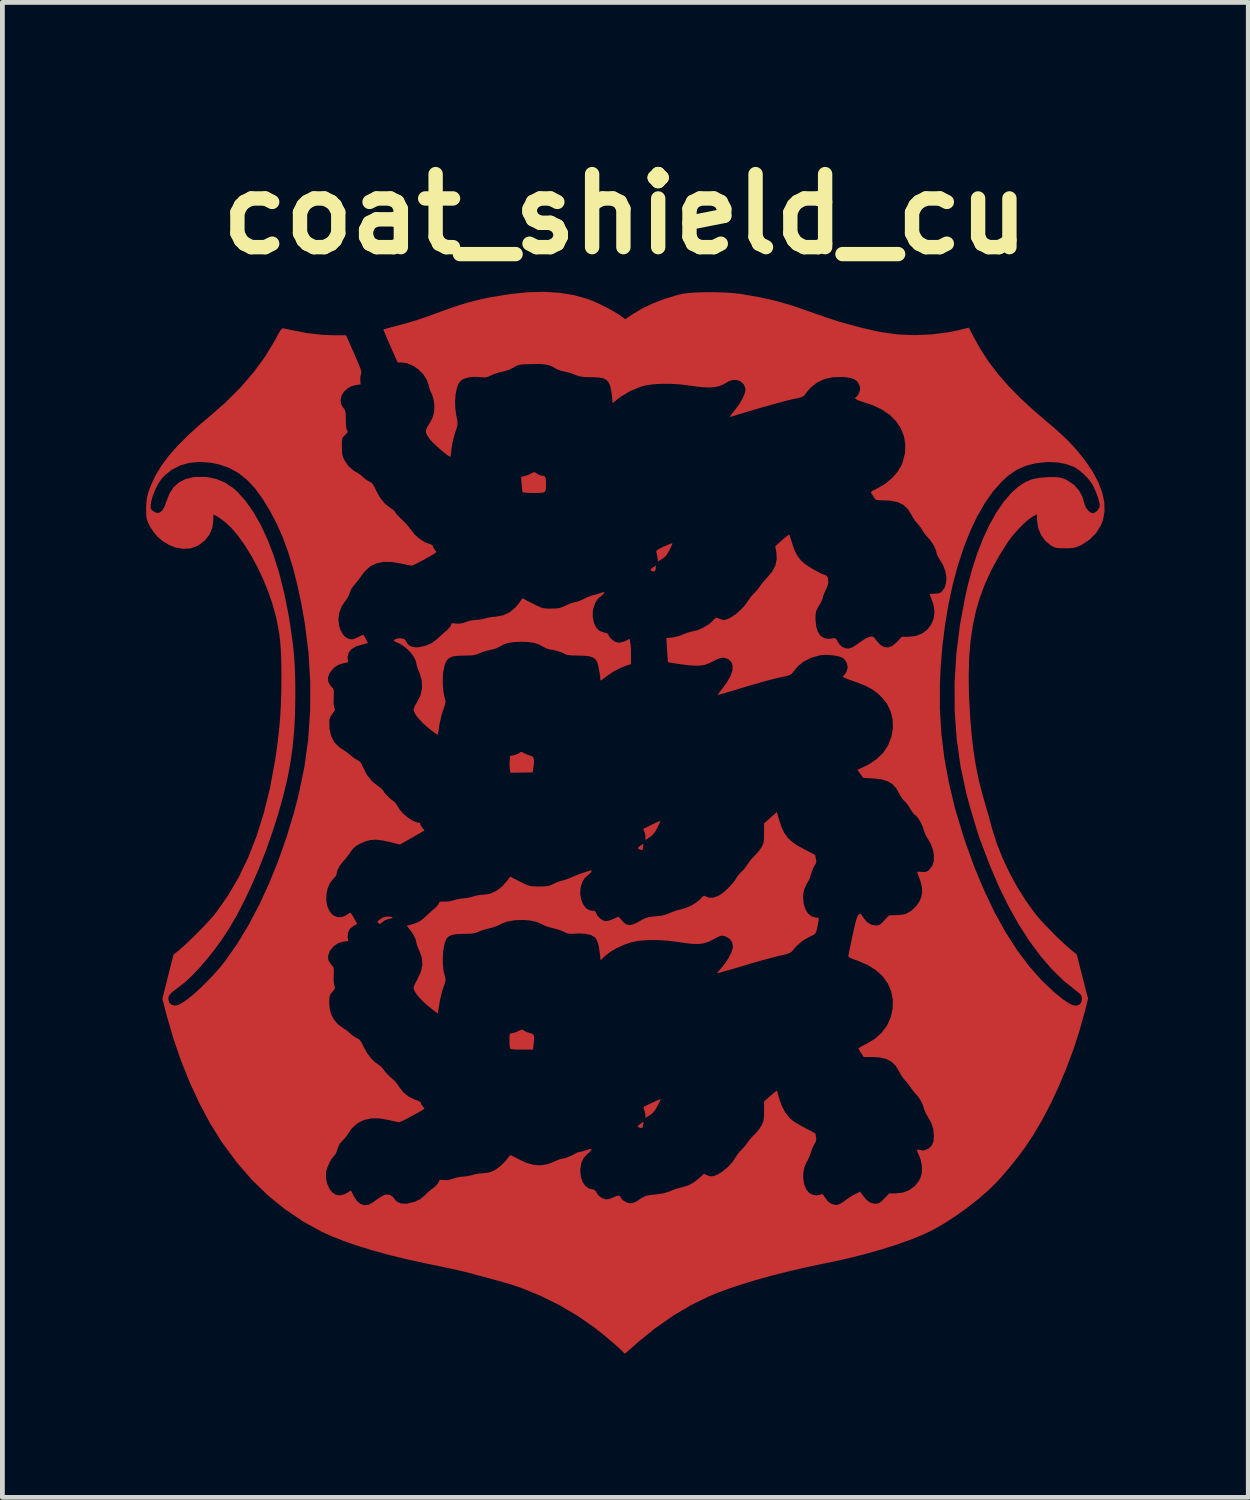
<source format=kicad_pcb>
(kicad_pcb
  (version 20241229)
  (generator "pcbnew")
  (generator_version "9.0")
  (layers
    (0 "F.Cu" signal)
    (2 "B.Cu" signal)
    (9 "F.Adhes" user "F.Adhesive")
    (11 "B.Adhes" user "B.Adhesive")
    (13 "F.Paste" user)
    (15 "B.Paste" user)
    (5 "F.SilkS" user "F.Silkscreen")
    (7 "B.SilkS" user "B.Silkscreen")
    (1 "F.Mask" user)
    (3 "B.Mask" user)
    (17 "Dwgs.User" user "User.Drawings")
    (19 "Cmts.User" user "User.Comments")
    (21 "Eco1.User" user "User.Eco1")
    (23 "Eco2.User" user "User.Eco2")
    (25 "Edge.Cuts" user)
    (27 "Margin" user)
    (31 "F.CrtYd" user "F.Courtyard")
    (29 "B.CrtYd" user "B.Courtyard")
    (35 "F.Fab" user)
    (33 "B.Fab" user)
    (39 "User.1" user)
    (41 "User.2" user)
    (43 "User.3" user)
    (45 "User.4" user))
  (footprint "coat_shield_cu"
    (layer "F.Cu")
    (at 9.996 14.118)
    (property "Reference" "coat_shield_cu" (at 0 -12.7 0) (layer "F.SilkS") (effects (font (size 1.524 1.524) (thickness 0.3))))
    (attr board_only exclude_from_pos_files exclude_from_bom)
    (fp_poly (pts (xy 0.64 -5.304) (xy 0.627 -5.255) (xy 0.592 -5.239) (xy 0.54 -5.259) (xy 0.54 -5.259) (xy 0.529 -5.277) (xy 0.55 -5.303) (xy 0.576 -5.322) (xy 0.64 -5.368)) (stroke (width 0) (type solid)) (fill yes) (layer "F.Cu"))
    (fp_poly (pts (xy 0.375 0.508) (xy 0.369 0.554) (xy 0.364 0.575) (xy 0.364 0.575) (xy 0.344 0.569) (xy 0.32 0.563) (xy 0.274 0.546) (xy 0.268 0.525) (xy 0.3 0.494) (xy 0.316 0.482) (xy 0.383 0.439)) (stroke (width 0) (type solid)) (fill yes) (layer "F.Cu"))
    (fp_poly (pts (xy 0.385 6.26) (xy 0.373 6.314) (xy 0.371 6.336) (xy 0.361 6.368) (xy 0.325 6.371) (xy 0.282 6.358) (xy 0.262 6.346) (xy 0.268 6.328) (xy 0.302 6.298) (xy 0.321 6.283) (xy 0.368 6.251) (xy 0.387 6.245)) (stroke (width 0) (type solid)) (fill yes) (layer "F.Cu"))
    (fp_poly (pts (xy -4.88 1.965) (xy -4.852 1.977) (xy -4.864 1.992) (xy -4.916 2.007) (xy -4.933 2.01) (xy -5.009 2.034) (xy -5.064 2.074) (xy -5.099 2.106) (xy -5.126 2.11) (xy -5.148 2.097) (xy -5.168 2.078) (xy -5.165 2.059) (xy -5.133 2.031) (xy -5.113 2.015) (xy -5.043 1.975) (xy -4.964 1.961) (xy -4.945 1.96)) (stroke (width 0) (type solid)) (fill yes) (layer "F.Cu"))
    (fp_poly (pts (xy 0.728 -0.016) (xy 0.709 0.031) (xy 0.678 0.095) (xy 0.674 0.103) (xy 0.622 0.196) (xy 0.563 0.263) (xy 0.51 0.304) (xy 0.455 0.342) (xy 0.427 0.356) (xy 0.419 0.351) (xy 0.423 0.326) (xy 0.424 0.323) (xy 0.424 0.271) (xy 0.409 0.209) (xy 0.406 0.202) (xy 0.376 0.131) (xy 0.552 0.044) (xy 0.628 0.007) (xy 0.689 -0.021) (xy 0.726 -0.036) (xy 0.734 -0.037)) (stroke (width 0) (type solid)) (fill yes) (layer "F.Cu"))
    (fp_poly (pts (xy -2.148 -1.472) (xy -2.116 -1.454) (xy -2.054 -1.423) (xy -1.998 -1.405) (xy -1.944 -1.387) (xy -1.913 -1.356) (xy -1.902 -1.303) (xy -1.906 -1.22) (xy -1.91 -1.188) (xy -1.929 -1.05) (xy -2.161 -1.046) (xy -2.394 -1.042) (xy -2.405 -1.104) (xy -2.411 -1.161) (xy -2.412 -1.237) (xy -2.41 -1.278) (xy -2.404 -1.391) (xy -2.322 -1.408) (xy -2.26 -1.427) (xy -2.212 -1.452) (xy -2.205 -1.457) (xy -2.177 -1.477)) (stroke (width 0) (type solid)) (fill yes) (layer "F.Cu"))
    (fp_poly (pts (xy 0.982 -5.808) (xy 0.962 -5.762) (xy 0.932 -5.702) (xy 0.897 -5.64) (xy 0.863 -5.587) (xy 0.836 -5.552) (xy 0.833 -5.549) (xy 0.786 -5.514) (xy 0.74 -5.483) (xy 0.685 -5.449) (xy 0.675 -5.526) (xy 0.665 -5.589) (xy 0.652 -5.64) (xy 0.651 -5.643) (xy 0.649 -5.665) (xy 0.663 -5.686) (xy 0.7 -5.71) (xy 0.766 -5.743) (xy 0.807 -5.762) (xy 0.883 -5.795) (xy 0.943 -5.819) (xy 0.979 -5.831) (xy 0.985 -5.831)) (stroke (width 0) (type solid)) (fill yes) (layer "F.Cu"))
    (fp_poly (pts (xy 0.743 5.77) (xy 0.734 5.793) (xy 0.71 5.842) (xy 0.677 5.907) (xy 0.671 5.919) (xy 0.62 6.005) (xy 0.569 6.065) (xy 0.508 6.111) (xy 0.504 6.113) (xy 0.45 6.144) (xy 0.424 6.155) (xy 0.419 6.145) (xy 0.422 6.13) (xy 0.423 6.086) (xy 0.408 6.027) (xy 0.402 6.011) (xy 0.386 5.959) (xy 0.386 5.929) (xy 0.389 5.926) (xy 0.416 5.915) (xy 0.47 5.89) (xy 0.542 5.855) (xy 0.576 5.839) (xy 0.649 5.805) (xy 0.706 5.78) (xy 0.739 5.769)) (stroke (width 0) (type solid)) (fill yes) (layer "F.Cu"))
    (fp_poly (pts (xy -2.12 4.33) (xy -2.108 4.341) (xy -2.064 4.366) (xy -2.003 4.387) (xy -1.99 4.39) (xy -1.942 4.404) (xy -1.914 4.425) (xy -1.901 4.464) (xy -1.9 4.527) (xy -1.908 4.61) (xy -1.921 4.736) (xy -2.157 4.736) (xy -2.266 4.735) (xy -2.339 4.731) (xy -2.383 4.723) (xy -2.402 4.711) (xy -2.403 4.708) (xy -2.409 4.675) (xy -2.413 4.613) (xy -2.414 4.538) (xy -2.413 4.463) (xy -2.408 4.42) (xy -2.397 4.4) (xy -2.376 4.395) (xy -2.369 4.395) (xy -2.324 4.386) (xy -2.262 4.364) (xy -2.234 4.351) (xy -2.178 4.326) (xy -2.145 4.32)) (stroke (width 0) (type solid)) (fill yes) (layer "F.Cu"))
    (fp_poly (pts (xy -1.857 -7.295) (xy -1.842 -7.284) (xy -1.794 -7.255) (xy -1.753 -7.242) (xy -1.7 -7.237) (xy -1.669 -7.216) (xy -1.654 -7.171) (xy -1.651 -7.093) (xy -1.651 -7.091) (xy -1.651 -7.003) (xy -1.657 -6.944) (xy -1.674 -6.908) (xy -1.71 -6.889) (xy -1.772 -6.882) (xy -1.865 -6.881) (xy -1.901 -6.881) (xy -1.994 -6.883) (xy -2.07 -6.886) (xy -2.122 -6.892) (xy -2.139 -6.897) (xy -2.146 -6.925) (xy -2.153 -6.981) (xy -2.16 -7.056) (xy -2.161 -7.065) (xy -2.172 -7.217) (xy -2.102 -7.232) (xy -2.035 -7.253) (xy -1.967 -7.284) (xy -1.964 -7.286) (xy -1.918 -7.31) (xy -1.888 -7.314)) (stroke (width 0) (type solid)) (fill yes) (layer "F.Cu"))
    (fp_poly (pts (xy -0.433 -4.807) (xy -0.449 -4.777) (xy -0.487 -4.739) (xy -0.534 -4.706) (xy -0.536 -4.705) (xy -0.566 -4.676) (xy -0.602 -4.623) (xy -0.627 -4.577) (xy -0.672 -4.441) (xy -0.678 -4.297) (xy -0.649 -4.164) (xy -0.6 -4.064) (xy -0.532 -4) (xy -0.443 -3.969) (xy -0.435 -3.968) (xy -0.374 -3.952) (xy -0.351 -3.928) (xy -0.351 -3.926) (xy -0.337 -3.894) (xy -0.302 -3.849) (xy -0.281 -3.825) (xy -0.203 -3.771) (xy -0.118 -3.755) (xy -0.022 -3.779) (xy 0.016 -3.797) (xy 0.093 -3.838) (xy 0.107 -3.761) (xy 0.114 -3.704) (xy 0.119 -3.621) (xy 0.122 -3.527) (xy 0.123 -3.496) (xy 0.124 -3.308) (xy 0.036 -3.282) (xy -0.106 -3.226) (xy -0.254 -3.147) (xy -0.39 -3.052) (xy -0.401 -3.044) (xy -0.457 -3.001) (xy -0.497 -2.974) (xy -0.516 -2.968) (xy -0.516 -2.97) (xy -0.52 -3.028) (xy -0.531 -3.109) (xy -0.547 -3.197) (xy -0.564 -3.279) (xy -0.581 -3.343) (xy -0.591 -3.369) (xy -0.626 -3.417) (xy -0.679 -3.451) (xy -0.755 -3.473) (xy -0.861 -3.484) (xy -0.985 -3.487) (xy -1.108 -3.49) (xy -1.193 -3.498) (xy -1.243 -3.511) (xy -1.249 -3.515) (xy -1.309 -3.546) (xy -1.392 -3.576) (xy -1.477 -3.6) (xy -1.547 -3.611) (xy -1.555 -3.611) (xy -1.607 -3.622) (xy -1.674 -3.65) (xy -1.711 -3.672) (xy -1.803 -3.721) (xy -1.904 -3.753) (xy -2.024 -3.77) (xy -2.167 -3.775) (xy -2.318 -3.769) (xy -2.439 -3.751) (xy -2.539 -3.718) (xy -2.61 -3.678) (xy -2.687 -3.64) (xy -2.776 -3.613) (xy -2.8 -3.609) (xy -2.881 -3.591) (xy -2.973 -3.562) (xy -3.024 -3.541) (xy -3.084 -3.516) (xy -3.14 -3.5) (xy -3.204 -3.491) (xy -3.289 -3.488) (xy -3.357 -3.487) (xy -3.496 -3.483) (xy -3.6 -3.467) (xy -3.675 -3.435) (xy -3.727 -3.381) (xy -3.763 -3.3) (xy -3.788 -3.188) (xy -3.798 -3.125) (xy -3.806 -3.014) (xy -3.805 -2.887) (xy -3.795 -2.76) (xy -3.777 -2.646) (xy -3.755 -2.568) (xy -3.747 -2.519) (xy -3.761 -2.455) (xy -3.775 -2.416) (xy -3.829 -2.253) (xy -3.871 -2.074) (xy -3.889 -1.955) (xy -3.899 -1.891) (xy -3.91 -1.848) (xy -3.918 -1.836) (xy -3.939 -1.849) (xy -3.985 -1.882) (xy -4.049 -1.93) (xy -4.106 -1.976) (xy -4.211 -2.068) (xy -4.299 -2.159) (xy -4.365 -2.243) (xy -4.405 -2.316) (xy -4.416 -2.36) (xy -4.404 -2.401) (xy -4.376 -2.46) (xy -4.353 -2.497) (xy -4.276 -2.646) (xy -4.239 -2.801) (xy -4.243 -2.96) (xy -4.288 -3.12) (xy -4.301 -3.149) (xy -4.329 -3.217) (xy -4.348 -3.275) (xy -4.354 -3.304) (xy -4.371 -3.383) (xy -4.418 -3.472) (xy -4.487 -3.562) (xy -4.572 -3.645) (xy -4.665 -3.713) (xy -4.73 -3.746) (xy -4.786 -3.771) (xy -4.821 -3.79) (xy -4.828 -3.797) (xy -4.81 -3.822) (xy -4.764 -3.841) (xy -4.705 -3.849) (xy -4.665 -3.846) (xy -4.607 -3.831) (xy -4.579 -3.803) (xy -4.571 -3.783) (xy -4.536 -3.723) (xy -4.471 -3.68) (xy -4.385 -3.66) (xy -4.322 -3.661) (xy -4.171 -3.69) (xy -4.043 -3.744) (xy -3.928 -3.828) (xy -3.91 -3.845) (xy -3.84 -3.91) (xy -3.768 -3.975) (xy -3.715 -4.021) (xy -3.667 -4.068) (xy -3.637 -4.111) (xy -3.632 -4.13) (xy -3.627 -4.153) (xy -3.607 -4.162) (xy -3.561 -4.16) (xy -3.531 -4.156) (xy -3.449 -4.153) (xy -3.374 -4.17) (xy -3.333 -4.186) (xy -3.225 -4.219) (xy -3.126 -4.23) (xy -3.041 -4.237) (xy -2.956 -4.253) (xy -2.927 -4.262) (xy -2.856 -4.28) (xy -2.767 -4.294) (xy -2.703 -4.299) (xy -2.549 -4.326) (xy -2.411 -4.39) (xy -2.288 -4.492) (xy -2.207 -4.593) (xy -2.145 -4.683) (xy -1.934 -4.575) (xy -1.842 -4.528) (xy -1.775 -4.498) (xy -1.72 -4.479) (xy -1.666 -4.47) (xy -1.602 -4.467) (xy -1.548 -4.467) (xy -1.454 -4.469) (xy -1.385 -4.477) (xy -1.325 -4.494) (xy -1.255 -4.525) (xy -1.235 -4.534) (xy -1.16 -4.568) (xy -1.094 -4.592) (xy -1.048 -4.601) (xy -1.047 -4.601) (xy -1.004 -4.61) (xy -0.938 -4.635) (xy -0.863 -4.669) (xy -0.854 -4.673) (xy -0.781 -4.708) (xy -0.719 -4.733) (xy -0.679 -4.745) (xy -0.676 -4.745) (xy -0.637 -4.753) (xy -0.576 -4.771) (xy -0.537 -4.785) (xy -0.48 -4.804) (xy -0.442 -4.811)) (stroke (width 0) (type solid)) (fill yes) (layer "F.Cu"))
    (fp_poly (pts (xy 3.213 -0.059) (xy 3.262 0.091) (xy 3.319 0.211) (xy 3.389 0.311) (xy 3.479 0.397) (xy 3.596 0.478) (xy 3.747 0.56) (xy 3.754 0.563) (xy 3.84 0.607) (xy 3.909 0.644) (xy 3.955 0.672) (xy 3.971 0.685) (xy 3.971 0.685) (xy 3.97 0.709) (xy 3.98 0.755) (xy 3.981 0.761) (xy 3.99 0.813) (xy 3.976 0.859) (xy 3.953 0.897) (xy 3.919 0.961) (xy 3.889 1.039) (xy 3.881 1.066) (xy 3.862 1.131) (xy 3.844 1.182) (xy 3.836 1.197) (xy 3.778 1.299) (xy 3.741 1.381) (xy 3.721 1.457) (xy 3.714 1.54) (xy 3.714 1.562) (xy 3.727 1.698) (xy 3.764 1.812) (xy 3.82 1.9) (xy 3.895 1.958) (xy 3.984 1.981) (xy 3.994 1.981) (xy 4.029 1.984) (xy 4.041 2.001) (xy 4.037 2.044) (xy 4.035 2.058) (xy 4.015 2.165) (xy 3.999 2.239) (xy 3.982 2.289) (xy 3.96 2.321) (xy 3.927 2.345) (xy 3.88 2.367) (xy 3.844 2.383) (xy 3.697 2.468) (xy 3.565 2.585) (xy 3.497 2.668) (xy 3.474 2.694) (xy 3.443 2.715) (xy 3.396 2.734) (xy 3.324 2.754) (xy 3.219 2.778) (xy 3.219 2.778) (xy 3.132 2.799) (xy 3.015 2.83) (xy 2.875 2.868) (xy 2.722 2.911) (xy 2.563 2.957) (xy 2.45 2.991) (xy 2.31 3.033) (xy 2.184 3.07) (xy 2.076 3.1) (xy 1.993 3.124) (xy 1.939 3.138) (xy 1.919 3.141) (xy 1.919 3.141) (xy 1.931 3.122) (xy 1.964 3.082) (xy 2.004 3.036) (xy 2.088 2.931) (xy 2.159 2.822) (xy 2.212 2.719) (xy 2.243 2.63) (xy 2.249 2.586) (xy 2.231 2.492) (xy 2.179 2.421) (xy 2.094 2.374) (xy 2.084 2.371) (xy 2.028 2.358) (xy 1.982 2.364) (xy 1.926 2.391) (xy 1.926 2.391) (xy 1.814 2.45) (xy 1.718 2.493) (xy 1.626 2.52) (xy 1.53 2.532) (xy 1.422 2.531) (xy 1.291 2.518) (xy 1.135 2.495) (xy 0.896 2.464) (xy 0.668 2.449) (xy 0.458 2.45) (xy 0.272 2.467) (xy 0.142 2.493) (xy -0.022 2.547) (xy -0.179 2.619) (xy -0.318 2.702) (xy -0.414 2.778) (xy -0.513 2.871) (xy -0.526 2.751) (xy -0.543 2.618) (xy -0.564 2.52) (xy -0.591 2.45) (xy -0.625 2.401) (xy -0.641 2.385) (xy -0.716 2.345) (xy -0.822 2.32) (xy -0.953 2.312) (xy -1.056 2.317) (xy -1.136 2.32) (xy -1.198 2.311) (xy -1.261 2.286) (xy -1.276 2.278) (xy -1.351 2.246) (xy -1.443 2.217) (xy -1.507 2.202) (xy -1.595 2.179) (xy -1.684 2.146) (xy -1.735 2.12) (xy -1.846 2.072) (xy -1.985 2.041) (xy -2.142 2.029) (xy -2.306 2.037) (xy -2.335 2.041) (xy -2.466 2.066) (xy -2.568 2.103) (xy -2.598 2.12) (xy -2.673 2.156) (xy -2.764 2.187) (xy -2.823 2.202) (xy -2.912 2.223) (xy -3 2.252) (xy -3.049 2.272) (xy -3.099 2.293) (xy -3.152 2.307) (xy -3.219 2.315) (xy -3.311 2.319) (xy -3.373 2.32) (xy -3.508 2.324) (xy -3.608 2.34) (xy -3.68 2.372) (xy -3.73 2.426) (xy -3.764 2.507) (xy -3.787 2.621) (xy -3.797 2.686) (xy -3.807 2.825) (xy -3.804 2.969) (xy -3.788 3.104) (xy -3.76 3.216) (xy -3.756 3.229) (xy -3.746 3.268) (xy -3.751 3.314) (xy -3.771 3.379) (xy -3.786 3.417) (xy -3.813 3.496) (xy -3.84 3.599) (xy -3.865 3.71) (xy -3.874 3.765) (xy -3.91 3.982) (xy -4.024 3.897) (xy -4.143 3.801) (xy -4.246 3.705) (xy -4.329 3.613) (xy -4.386 3.531) (xy -4.414 3.464) (xy -4.416 3.446) (xy -4.405 3.408) (xy -4.378 3.347) (xy -4.34 3.276) (xy -4.334 3.267) (xy -4.263 3.115) (xy -4.232 2.966) (xy -4.243 2.817) (xy -4.295 2.669) (xy -4.302 2.655) (xy -4.331 2.591) (xy -4.35 2.536) (xy -4.354 2.515) (xy -4.368 2.445) (xy -4.406 2.36) (xy -4.462 2.271) (xy -4.488 2.238) (xy -4.559 2.151) (xy -4.464 2.127) (xy -4.368 2.097) (xy -4.29 2.059) (xy -4.213 2.002) (xy -4.151 1.945) (xy -4.084 1.883) (xy -4.017 1.824) (xy -3.974 1.788) (xy -3.926 1.742) (xy -3.894 1.698) (xy -3.888 1.685) (xy -3.877 1.658) (xy -3.852 1.647) (xy -3.802 1.646) (xy -3.774 1.648) (xy -3.668 1.642) (xy -3.587 1.621) (xy -3.518 1.601) (xy -3.431 1.585) (xy -3.376 1.58) (xy -3.292 1.57) (xy -3.211 1.553) (xy -3.17 1.54) (xy -3.102 1.52) (xy -3.018 1.508) (xy -2.972 1.506) (xy -2.827 1.486) (xy -2.689 1.425) (xy -2.56 1.325) (xy -2.442 1.187) (xy -2.398 1.126) (xy -2.198 1.228) (xy -2.109 1.273) (xy -2.043 1.303) (xy -1.989 1.32) (xy -1.933 1.328) (xy -1.862 1.331) (xy -1.797 1.331) (xy -1.699 1.33) (xy -1.629 1.324) (xy -1.574 1.312) (xy -1.522 1.291) (xy -1.49 1.275) (xy -1.415 1.241) (xy -1.341 1.215) (xy -1.305 1.206) (xy -1.244 1.189) (xy -1.166 1.161) (xy -1.104 1.134) (xy -1.016 1.096) (xy -0.922 1.06) (xy -0.867 1.042) (xy -0.8 1.022) (xy -0.748 1.005) (xy -0.727 0.998) (xy -0.702 0.995) (xy -0.701 1.014) (xy -0.718 1.044) (xy -0.751 1.076) (xy -0.769 1.088) (xy -0.843 1.155) (xy -0.899 1.25) (xy -0.931 1.363) (xy -0.938 1.485) (xy -0.919 1.6) (xy -0.873 1.712) (xy -0.813 1.789) (xy -0.739 1.83) (xy -0.693 1.836) (xy -0.641 1.842) (xy -0.615 1.863) (xy -0.607 1.886) (xy -0.575 1.946) (xy -0.518 2.003) (xy -0.45 2.044) (xy -0.427 2.051) (xy -0.369 2.052) (xy -0.292 2.029) (xy -0.253 2.012) (xy -0.138 1.96) (xy -0.069 2.041) (xy -0.015 2.097) (xy 0.038 2.129) (xy 0.095 2.137) (xy 0.165 2.122) (xy 0.255 2.082) (xy 0.358 2.024) (xy 0.422 1.992) (xy 0.488 1.971) (xy 0.57 1.96) (xy 0.629 1.955) (xy 0.754 1.941) (xy 0.857 1.915) (xy 0.921 1.889) (xy 1.006 1.855) (xy 1.094 1.826) (xy 1.145 1.814) (xy 1.258 1.782) (xy 1.375 1.732) (xy 1.48 1.669) (xy 1.561 1.603) (xy 1.573 1.59) (xy 1.615 1.544) (xy 1.642 1.525) (xy 1.666 1.529) (xy 1.681 1.539) (xy 1.751 1.566) (xy 1.838 1.564) (xy 1.932 1.533) (xy 1.982 1.506) (xy 2.064 1.444) (xy 2.151 1.365) (xy 2.231 1.279) (xy 2.295 1.198) (xy 2.321 1.154) (xy 2.362 1.094) (xy 2.416 1.035) (xy 2.427 1.025) (xy 2.48 0.971) (xy 2.533 0.902) (xy 2.552 0.872) (xy 2.601 0.802) (xy 2.663 0.729) (xy 2.698 0.695) (xy 2.76 0.629) (xy 2.819 0.554) (xy 2.844 0.517) (xy 2.87 0.469) (xy 2.886 0.424) (xy 2.895 0.37) (xy 2.898 0.295) (xy 2.899 0.219) (xy 2.899 0.016) (xy 3.166 -0.223)) (stroke (width 0) (type solid)) (fill yes) (layer "F.Cu"))
    (fp_poly (pts (xy -1.37 -11.058) (xy -1.074 -11.01) (xy -0.805 -10.936) (xy -0.681 -10.889) (xy -0.541 -10.827) (xy -0.397 -10.757) (xy -0.263 -10.684) (xy -0.151 -10.616) (xy -0.127 -10.6) (xy 0.003 -10.508) (xy 0.141 -10.601) (xy 0.345 -10.724) (xy 0.578 -10.836) (xy 0.827 -10.932) (xy 1.081 -11.009) (xy 1.186 -11.034) (xy 1.29 -11.05) (xy 1.425 -11.061) (xy 1.583 -11.068) (xy 1.755 -11.071) (xy 1.933 -11.068) (xy 2.107 -11.062) (xy 2.268 -11.05) (xy 2.407 -11.035) (xy 2.429 -11.031) (xy 2.808 -10.965) (xy 3.149 -10.888) (xy 3.458 -10.8) (xy 3.568 -10.763) (xy 3.709 -10.714) (xy 3.867 -10.659) (xy 4.024 -10.604) (xy 4.164 -10.555) (xy 4.189 -10.546) (xy 4.424 -10.469) (xy 4.684 -10.394) (xy 4.951 -10.324) (xy 5.21 -10.264) (xy 5.365 -10.233) (xy 5.691 -10.189) (xy 6.036 -10.174) (xy 6.386 -10.189) (xy 6.731 -10.232) (xy 6.975 -10.282) (xy 7.173 -10.33) (xy 7.275 -10.133) (xy 7.425 -9.866) (xy 7.594 -9.608) (xy 7.786 -9.357) (xy 8.005 -9.106) (xy 8.254 -8.854) (xy 8.535 -8.595) (xy 8.771 -8.393) (xy 8.963 -8.231) (xy 9.126 -8.083) (xy 9.268 -7.945) (xy 9.395 -7.808) (xy 9.513 -7.667) (xy 9.61 -7.542) (xy 9.762 -7.316) (xy 9.877 -7.097) (xy 9.957 -6.886) (xy 9.999 -6.685) (xy 10.004 -6.494) (xy 9.972 -6.317) (xy 9.925 -6.199) (xy 9.827 -6.043) (xy 9.696 -5.91) (xy 9.542 -5.806) (xy 9.517 -5.794) (xy 9.447 -5.762) (xy 9.39 -5.741) (xy 9.331 -5.731) (xy 9.255 -5.726) (xy 9.18 -5.726) (xy 9.086 -5.727) (xy 9.02 -5.731) (xy 8.971 -5.742) (xy 8.926 -5.762) (xy 8.881 -5.788) (xy 8.768 -5.882) (xy 8.68 -6.003) (xy 8.621 -6.146) (xy 8.596 -6.302) (xy 8.595 -6.327) (xy 8.594 -6.433) (xy 8.515 -6.393) (xy 8.439 -6.343) (xy 8.347 -6.267) (xy 8.248 -6.17) (xy 8.148 -6.062) (xy 8.054 -5.949) (xy 7.975 -5.84) (xy 7.798 -5.557) (xy 7.645 -5.277) (xy 7.515 -4.996) (xy 7.407 -4.711) (xy 7.32 -4.416) (xy 7.254 -4.109) (xy 7.207 -3.784) (xy 7.179 -3.438) (xy 7.169 -3.066) (xy 7.175 -2.665) (xy 7.198 -2.23) (xy 7.203 -2.156) (xy 7.234 -1.803) (xy 7.272 -1.481) (xy 7.32 -1.181) (xy 7.379 -0.892) (xy 7.452 -0.606) (xy 7.491 -0.47) (xy 7.531 -0.331) (xy 7.574 -0.181) (xy 7.615 -0.034) (xy 7.65 0.094) (xy 7.662 0.139) (xy 7.753 0.428) (xy 7.872 0.73) (xy 8.016 1.036) (xy 8.179 1.337) (xy 8.357 1.622) (xy 8.545 1.882) (xy 8.587 1.935) (xy 8.672 2.034) (xy 8.78 2.15) (xy 8.901 2.275) (xy 9.028 2.401) (xy 9.151 2.517) (xy 9.262 2.616) (xy 9.29 2.64) (xy 9.425 2.752) (xy 9.543 3.213) (xy 9.66 3.673) (xy 9.594 3.936) (xy 9.486 4.327) (xy 9.358 4.722) (xy 9.212 5.115) (xy 9.051 5.499) (xy 8.879 5.867) (xy 8.698 6.212) (xy 8.511 6.529) (xy 8.351 6.768) (xy 8.194 6.98) (xy 8.024 7.193) (xy 7.855 7.391) (xy 7.749 7.506) (xy 7.573 7.679) (xy 7.367 7.857) (xy 7.141 8.034) (xy 6.905 8.203) (xy 6.669 8.357) (xy 6.441 8.488) (xy 6.375 8.522) (xy 6.169 8.617) (xy 5.928 8.713) (xy 5.656 8.809) (xy 5.359 8.903) (xy 5.042 8.993) (xy 4.711 9.078) (xy 4.371 9.155) (xy 4.137 9.203) (xy 3.78 9.278) (xy 3.425 9.36) (xy 3.08 9.447) (xy 2.749 9.539) (xy 2.437 9.633) (xy 2.152 9.728) (xy 1.898 9.823) (xy 1.738 9.89) (xy 1.363 10.074) (xy 0.99 10.297) (xy 0.624 10.553) (xy 0.271 10.84) (xy 0.192 10.91) (xy 0.119 10.975) (xy 0.058 11.028) (xy 0.014 11.065) (xy -0.005 11.08) (xy -0.006 11.08) (xy -0.023 11.067) (xy -0.057 11.033) (xy -0.063 11.026) (xy -0.112 10.979) (xy -0.186 10.912) (xy -0.278 10.832) (xy -0.381 10.746) (xy -0.486 10.659) (xy -0.587 10.578) (xy -0.657 10.525) (xy -1 10.287) (xy -1.371 10.069) (xy -1.761 9.876) (xy -2.158 9.713) (xy -2.342 9.65) (xy -2.417 9.627) (xy -2.524 9.596) (xy -2.655 9.559) (xy -2.801 9.519) (xy -2.955 9.477) (xy -3.108 9.436) (xy -3.252 9.398) (xy -3.38 9.366) (xy -3.482 9.341) (xy -3.497 9.337) (xy -3.557 9.324) (xy -3.65 9.304) (xy -3.769 9.279) (xy -3.907 9.25) (xy -4.056 9.219) (xy -4.189 9.192) (xy -4.554 9.112) (xy -4.907 9.026) (xy -5.244 8.934) (xy -5.558 8.838) (xy -5.846 8.74) (xy -6.103 8.64) (xy -6.323 8.541) (xy -6.328 8.539) (xy -6.724 8.321) (xy -7.1 8.067) (xy -7.455 7.778) (xy -7.79 7.453) (xy -8.103 7.092) (xy -8.396 6.695) (xy -8.438 6.634) (xy -8.667 6.264) (xy -8.883 5.86) (xy -9.083 5.428) (xy -9.266 4.974) (xy -9.428 4.504) (xy -9.567 4.025) (xy -9.574 4) (xy -9.658 3.676) (xy -9.542 3.216) (xy -9.426 2.755) (xy -9.311 2.662) (xy -9.222 2.585) (xy -9.115 2.485) (xy -8.997 2.371) (xy -8.877 2.25) (xy -8.761 2.13) (xy -8.657 2.017) (xy -8.573 1.921) (xy -8.539 1.878) (xy -8.289 1.523) (xy -8.064 1.138) (xy -7.865 0.723) (xy -7.69 0.275) (xy -7.54 -0.204) (xy -7.413 -0.715) (xy -7.312 -1.26) (xy -7.285 -1.434) (xy -7.247 -1.711) (xy -7.219 -1.967) (xy -7.198 -2.215) (xy -7.184 -2.467) (xy -7.176 -2.737) (xy -7.174 -3.002) (xy -7.174 -3.241) (xy -7.179 -3.447) (xy -7.187 -3.627) (xy -7.2 -3.788) (xy -7.218 -3.939) (xy -7.243 -4.086) (xy -7.274 -4.239) (xy -7.293 -4.32) (xy -7.363 -4.572) (xy -7.451 -4.828) (xy -7.556 -5.084) (xy -7.673 -5.332) (xy -7.801 -5.569) (xy -7.935 -5.786) (xy -8.073 -5.98) (xy -8.211 -6.144) (xy -8.331 -6.259) (xy -8.401 -6.314) (xy -8.469 -6.363) (xy -8.522 -6.395) (xy -8.594 -6.433) (xy -8.595 -6.296) (xy -8.616 -6.149) (xy -8.675 -6.013) (xy -8.766 -5.894) (xy -8.888 -5.798) (xy -8.946 -5.766) (xy -9.079 -5.723) (xy -9.224 -5.715) (xy -9.375 -5.74) (xy -9.524 -5.798) (xy -9.665 -5.886) (xy -9.757 -5.966) (xy -9.828 -6.049) (xy -9.896 -6.147) (xy -9.931 -6.209) (xy -9.961 -6.274) (xy -9.98 -6.327) (xy -9.991 -6.381) (xy -9.995 -6.449) (xy -9.996 -6.545) (xy -9.996 -6.561) (xy -9.995 -6.59) (xy -9.903 -6.59) (xy -9.896 -6.55) (xy -9.874 -6.521) (xy -9.852 -6.503) (xy -9.782 -6.466) (xy -9.719 -6.469) (xy -9.662 -6.513) (xy -9.612 -6.597) (xy -9.577 -6.696) (xy -9.511 -6.865) (xy -9.423 -7) (xy -9.311 -7.101) (xy -9.173 -7.171) (xy -9.009 -7.21) (xy -8.959 -7.215) (xy -8.743 -7.215) (xy -8.542 -7.177) (xy -8.355 -7.1) (xy -8.182 -6.985) (xy -8.096 -6.909) (xy -7.92 -6.713) (xy -7.755 -6.479) (xy -7.601 -6.209) (xy -7.46 -5.904) (xy -7.331 -5.565) (xy -7.216 -5.195) (xy -7.116 -4.796) (xy -7.03 -4.369) (xy -6.987 -4.106) (xy -6.955 -3.882) (xy -6.929 -3.681) (xy -6.91 -3.493) (xy -6.897 -3.307) (xy -6.889 -3.113) (xy -6.884 -2.899) (xy -6.883 -2.655) (xy -6.883 -2.641) (xy -6.889 -2.258) (xy -6.909 -1.898) (xy -6.942 -1.554) (xy -6.991 -1.216) (xy -7.057 -0.878) (xy -7.142 -0.53) (xy -7.246 -0.163) (xy -7.364 0.206) (xy -7.494 0.576) (xy -7.636 0.939) (xy -7.787 1.29) (xy -7.943 1.622) (xy -8.101 1.928) (xy -8.259 2.2) (xy -8.275 2.225) (xy -8.416 2.439) (xy -8.569 2.649) (xy -8.728 2.85) (xy -8.889 3.035) (xy -9.047 3.2) (xy -9.196 3.338) (xy -9.315 3.431) (xy -9.407 3.499) (xy -9.47 3.551) (xy -9.508 3.593) (xy -9.527 3.632) (xy -9.533 3.674) (xy -9.533 3.675) (xy -9.517 3.751) (xy -9.47 3.799) (xy -9.397 3.817) (xy -9.393 3.817) (xy -9.346 3.81) (xy -9.289 3.786) (xy -9.215 3.741) (xy -9.154 3.699) (xy -9.032 3.603) (xy -8.895 3.482) (xy -8.751 3.342) (xy -8.607 3.192) (xy -8.471 3.04) (xy -8.351 2.892) (xy -8.331 2.865) (xy -8.088 2.516) (xy -7.856 2.131) (xy -7.636 1.713) (xy -7.43 1.267) (xy -7.24 0.796) (xy -7.067 0.304) (xy -6.913 -0.204) (xy -6.818 -0.567) (xy -6.697 -1.144) (xy -6.615 -1.732) (xy -6.574 -2.329) (xy -6.571 -2.934) (xy -6.608 -3.545) (xy -6.685 -4.161) (xy -6.759 -4.581) (xy -6.844 -4.974) (xy -6.936 -5.332) (xy -7.037 -5.659) (xy -7.148 -5.96) (xy -7.272 -6.24) (xy -7.41 -6.504) (xy -7.565 -6.758) (xy -7.566 -6.759) (xy -7.725 -6.977) (xy -7.892 -7.155) (xy -8.071 -7.297) (xy -8.264 -7.403) (xy -8.474 -7.477) (xy -8.656 -7.513) (xy -8.883 -7.528) (xy -9.094 -7.508) (xy -9.287 -7.454) (xy -9.46 -7.366) (xy -9.609 -7.247) (xy -9.682 -7.165) (xy -9.747 -7.067) (xy -9.807 -6.948) (xy -9.857 -6.822) (xy -9.89 -6.705) (xy -9.898 -6.655) (xy -9.903 -6.59) (xy -9.995 -6.59) (xy -9.991 -6.68) (xy -9.977 -6.788) (xy -9.95 -6.894) (xy -9.909 -7.009) (xy -9.849 -7.143) (xy -9.8 -7.245) (xy -9.686 -7.438) (xy -9.534 -7.644) (xy -9.345 -7.86) (xy -9.12 -8.086) (xy -8.859 -8.321) (xy -8.718 -8.438) (xy -8.356 -8.754) (xy -8.034 -9.074) (xy -7.753 -9.399) (xy -7.511 -9.73) (xy -7.307 -10.067) (xy -7.254 -10.169) (xy -7.216 -10.238) (xy -7.181 -10.29) (xy -7.155 -10.316) (xy -7.15 -10.317) (xy -7.117 -10.312) (xy -7.056 -10.3) (xy -6.977 -10.283) (xy -6.949 -10.277) (xy -6.635 -10.217) (xy -6.323 -10.181) (xy -6.082 -10.172) (xy -5.825 -10.172) (xy -5.799 -10.116) (xy -5.782 -10.078) (xy -5.752 -10.01) (xy -5.713 -9.92) (xy -5.666 -9.815) (xy -5.631 -9.733) (xy -5.578 -9.61) (xy -5.541 -9.519) (xy -5.518 -9.455) (xy -5.506 -9.41) (xy -5.506 -9.381) (xy -5.511 -9.364) (xy -5.524 -9.317) (xy -5.528 -9.252) (xy -5.527 -9.233) (xy -5.519 -9.145) (xy -5.608 -9.135) (xy -5.714 -9.108) (xy -5.805 -9.055) (xy -5.875 -8.985) (xy -5.921 -8.903) (xy -5.939 -8.815) (xy -5.924 -8.729) (xy -5.886 -8.664) (xy -5.859 -8.628) (xy -5.842 -8.594) (xy -5.833 -8.549) (xy -5.83 -8.483) (xy -5.829 -8.407) (xy -5.826 -8.292) (xy -5.815 -8.217) (xy -5.802 -8.186) (xy -5.789 -8.161) (xy -5.799 -8.135) (xy -5.837 -8.097) (xy -5.843 -8.091) (xy -5.876 -8.06) (xy -5.896 -8.032) (xy -5.906 -7.996) (xy -5.911 -7.942) (xy -5.911 -7.857) (xy -5.911 -7.848) (xy -5.909 -7.752) (xy -5.902 -7.683) (xy -5.886 -7.626) (xy -5.86 -7.568) (xy -5.855 -7.56) (xy -5.773 -7.439) (xy -5.662 -7.344) (xy -5.594 -7.305) (xy -5.528 -7.262) (xy -5.467 -7.209) (xy -5.462 -7.204) (xy -5.406 -7.156) (xy -5.345 -7.12) (xy -5.337 -7.117) (xy -5.299 -7.098) (xy -5.267 -7.066) (xy -5.235 -7.011) (xy -5.202 -6.942) (xy -5.114 -6.781) (xy -5.012 -6.656) (xy -4.9 -6.57) (xy -4.845 -6.532) (xy -4.806 -6.494) (xy -4.797 -6.478) (xy -4.776 -6.446) (xy -4.733 -6.397) (xy -4.675 -6.34) (xy -4.661 -6.327) (xy -4.592 -6.26) (xy -4.528 -6.189) (xy -4.482 -6.128) (xy -4.48 -6.125) (xy -4.395 -6.016) (xy -4.291 -5.923) (xy -4.18 -5.854) (xy -4.113 -5.827) (xy -4.055 -5.807) (xy -4.019 -5.788) (xy -4.013 -5.778) (xy -4.008 -5.752) (xy -3.984 -5.712) (xy -3.982 -5.71) (xy -3.954 -5.671) (xy -3.941 -5.648) (xy -3.941 -5.647) (xy -3.958 -5.631) (xy -4.004 -5.601) (xy -4.071 -5.561) (xy -4.15 -5.516) (xy -4.234 -5.469) (xy -4.314 -5.427) (xy -4.383 -5.392) (xy -4.433 -5.37) (xy -4.453 -5.365) (xy -4.492 -5.369) (xy -4.559 -5.382) (xy -4.641 -5.4) (xy -4.667 -5.406) (xy -4.865 -5.44) (xy -5.038 -5.443) (xy -5.189 -5.412) (xy -5.318 -5.349) (xy -5.428 -5.252) (xy -5.484 -5.179) (xy -5.541 -5.099) (xy -5.607 -5.016) (xy -5.647 -4.97) (xy -5.713 -4.881) (xy -5.747 -4.8) (xy -5.748 -4.795) (xy -5.775 -4.722) (xy -5.826 -4.643) (xy -5.841 -4.626) (xy -5.92 -4.508) (xy -5.968 -4.373) (xy -5.984 -4.233) (xy -5.966 -4.096) (xy -5.941 -4.024) (xy -5.897 -3.939) (xy -5.852 -3.884) (xy -5.797 -3.849) (xy -5.764 -3.837) (xy -5.719 -3.826) (xy -5.678 -3.828) (xy -5.626 -3.848) (xy -5.58 -3.87) (xy -5.52 -3.899) (xy -5.477 -3.916) (xy -5.461 -3.919) (xy -5.442 -3.888) (xy -5.415 -3.842) (xy -5.39 -3.794) (xy -5.373 -3.758) (xy -5.369 -3.746) (xy -5.391 -3.74) (xy -5.441 -3.728) (xy -5.492 -3.716) (xy -5.62 -3.676) (xy -5.714 -3.618) (xy -5.772 -3.544) (xy -5.793 -3.456) (xy -5.791 -3.423) (xy -5.782 -3.348) (xy -5.896 -3.323) (xy -5.98 -3.296) (xy -6.049 -3.254) (xy -6.099 -3.208) (xy -6.171 -3.116) (xy -6.203 -3.025) (xy -6.194 -2.937) (xy -6.145 -2.854) (xy -6.113 -2.822) (xy -6.094 -2.799) (xy -6.083 -2.768) (xy -6.079 -2.718) (xy -6.081 -2.64) (xy -6.083 -2.613) (xy -6.085 -2.506) (xy -6.078 -2.429) (xy -6.067 -2.396) (xy -6.056 -2.363) (xy -6.065 -2.331) (xy -6.099 -2.287) (xy -6.106 -2.278) (xy -6.154 -2.206) (xy -6.173 -2.14) (xy -6.169 -1.959) (xy -6.135 -1.807) (xy -6.07 -1.681) (xy -5.976 -1.581) (xy -5.906 -1.534) (xy -5.829 -1.485) (xy -5.751 -1.425) (xy -5.726 -1.403) (xy -5.666 -1.354) (xy -5.606 -1.315) (xy -5.581 -1.302) (xy -5.539 -1.277) (xy -5.505 -1.233) (xy -5.471 -1.16) (xy -5.389 -0.999) (xy -5.283 -0.866) (xy -5.169 -0.773) (xy -5.109 -0.73) (xy -5.064 -0.689) (xy -5.046 -0.662) (xy -5.024 -0.628) (xy -4.98 -0.578) (xy -4.925 -0.523) (xy -4.87 -0.474) (xy -4.825 -0.442) (xy -4.794 -0.412) (xy -4.762 -0.362) (xy -4.757 -0.354) (xy -4.699 -0.264) (xy -4.62 -0.178) (xy -4.529 -0.102) (xy -4.436 -0.042) (xy -4.35 -0.007) (xy -4.304 -0.000201) (xy -4.278 0.006) (xy -4.278 0.014) (xy -4.275 0.037) (xy -4.252 0.078) (xy -4.24 0.095) (xy -4.188 0.163) (xy -4.328 0.244) (xy -4.416 0.295) (xy -4.51 0.349) (xy -4.584 0.39) (xy -4.701 0.456) (xy -4.925 0.401) (xy -5.077 0.369) (xy -5.203 0.355) (xy -5.314 0.362) (xy -5.418 0.389) (xy -5.528 0.436) (xy -5.529 0.437) (xy -5.613 0.485) (xy -5.671 0.533) (xy -5.718 0.593) (xy -5.726 0.606) (xy -5.775 0.677) (xy -5.838 0.756) (xy -5.885 0.809) (xy -5.958 0.902) (xy -6.007 0.997) (xy -6.025 1.083) (xy -6.025 1.085) (xy -6.039 1.112) (xy -6.073 1.152) (xy -6.085 1.164) (xy -6.158 1.257) (xy -6.207 1.368) (xy -6.233 1.49) (xy -6.237 1.615) (xy -6.218 1.733) (xy -6.176 1.837) (xy -6.112 1.918) (xy -6.079 1.943) (xy -5.995 1.972) (xy -5.904 1.968) (xy -5.818 1.93) (xy -5.806 1.921) (xy -5.764 1.892) (xy -5.736 1.878) (xy -5.735 1.878) (xy -5.719 1.894) (xy -5.692 1.934) (xy -5.659 1.988) (xy -5.628 2.044) (xy -5.605 2.09) (xy -5.596 2.114) (xy -5.597 2.116) (xy -5.617 2.127) (xy -5.659 2.149) (xy -5.669 2.154) (xy -5.742 2.213) (xy -5.784 2.294) (xy -5.791 2.387) (xy -5.79 2.394) (xy -5.778 2.471) (xy -5.871 2.481) (xy -5.987 2.514) (xy -6.086 2.581) (xy -6.16 2.675) (xy -6.169 2.691) (xy -6.2 2.783) (xy -6.196 2.862) (xy -6.154 2.938) (xy -6.13 2.966) (xy -6.101 3.001) (xy -6.084 3.033) (xy -6.078 3.076) (xy -6.08 3.14) (xy -6.082 3.185) (xy -6.084 3.289) (xy -6.077 3.37) (xy -6.068 3.401) (xy -6.055 3.442) (xy -6.062 3.473) (xy -6.094 3.511) (xy -6.106 3.524) (xy -6.141 3.566) (xy -6.163 3.613) (xy -6.173 3.675) (xy -6.175 3.761) (xy -6.171 3.838) (xy -6.144 3.975) (xy -6.081 4.104) (xy -5.989 4.213) (xy -5.874 4.295) (xy -5.872 4.296) (xy -5.809 4.336) (xy -5.754 4.383) (xy -5.745 4.393) (xy -5.695 4.438) (xy -5.63 4.479) (xy -5.613 4.488) (xy -5.566 4.513) (xy -5.531 4.545) (xy -5.498 4.595) (xy -5.459 4.674) (xy -5.459 4.675) (xy -5.388 4.804) (xy -5.303 4.917) (xy -5.212 5.005) (xy -5.154 5.044) (xy -5.102 5.084) (xy -5.048 5.142) (xy -5.028 5.171) (xy -4.974 5.239) (xy -4.907 5.304) (xy -4.878 5.327) (xy -4.809 5.39) (xy -4.745 5.469) (xy -4.726 5.501) (xy -4.638 5.617) (xy -4.522 5.714) (xy -4.39 5.78) (xy -4.36 5.79) (xy -4.301 5.811) (xy -4.267 5.831) (xy -4.263 5.842) (xy -4.259 5.87) (xy -4.232 5.909) (xy -4.229 5.913) (xy -4.199 5.949) (xy -4.19 5.97) (xy -4.19 5.971) (xy -4.221 5.992) (xy -4.278 6.026) (xy -4.353 6.069) (xy -4.438 6.115) (xy -4.524 6.161) (xy -4.603 6.202) (xy -4.666 6.233) (xy -4.706 6.25) (xy -4.714 6.252) (xy -4.749 6.247) (xy -4.813 6.234) (xy -4.893 6.215) (xy -4.918 6.209) (xy -5.116 6.173) (xy -5.294 6.171) (xy -5.451 6.205) (xy -5.586 6.272) (xy -5.699 6.373) (xy -5.771 6.476) (xy -5.815 6.542) (xy -5.863 6.6) (xy -5.885 6.62) (xy -5.959 6.704) (xy -6.006 6.814) (xy -6.015 6.849) (xy -6.039 6.91) (xy -6.077 6.957) (xy -6.078 6.958) (xy -6.123 7.01) (xy -6.169 7.09) (xy -6.209 7.182) (xy -6.237 7.275) (xy -6.243 7.307) (xy -6.243 7.422) (xy -6.216 7.54) (xy -6.167 7.647) (xy -6.118 7.71) (xy -6.041 7.764) (xy -5.956 7.779) (xy -5.86 7.755) (xy -5.807 7.728) (xy -5.72 7.677) (xy -5.664 7.791) (xy -5.599 7.892) (xy -5.523 7.956) (xy -5.439 7.984) (xy -5.351 7.972) (xy -5.28 7.934) (xy -5.168 7.854) (xy -5.083 7.799) (xy -5.023 7.768) (xy -4.984 7.759) (xy -4.903 7.77) (xy -4.848 7.808) (xy -4.823 7.843) (xy -4.762 7.91) (xy -4.676 7.947) (xy -4.569 7.952) (xy -4.532 7.946) (xy -4.387 7.909) (xy -4.275 7.857) (xy -4.19 7.786) (xy -4.18 7.775) (xy -4.117 7.713) (xy -4.044 7.653) (xy -4.019 7.636) (xy -3.953 7.583) (xy -3.907 7.526) (xy -3.9 7.512) (xy -3.88 7.47) (xy -3.856 7.453) (xy -3.812 7.454) (xy -3.786 7.458) (xy -3.703 7.46) (xy -3.613 7.437) (xy -3.592 7.429) (xy -3.51 7.404) (xy -3.422 7.389) (xy -3.386 7.387) (xy -3.302 7.379) (xy -3.216 7.36) (xy -3.196 7.354) (xy -3.124 7.335) (xy -3.035 7.321) (xy -2.971 7.316) (xy -2.857 7.304) (xy -2.759 7.271) (xy -2.734 7.259) (xy -2.659 7.21) (xy -2.575 7.14) (xy -2.497 7.061) (xy -2.437 6.986) (xy -2.423 6.964) (xy -2.41 6.947) (xy -2.392 6.942) (xy -2.36 6.952) (xy -2.307 6.978) (xy -2.246 7.011) (xy -2.076 7.093) (xy -1.92 7.14) (xy -1.774 7.152) (xy -1.63 7.13) (xy -1.487 7.076) (xy -1.418 7.045) (xy -1.361 7.024) (xy -1.33 7.015) (xy -1.281 7.007) (xy -1.211 6.985) (xy -1.137 6.955) (xy -1.073 6.924) (xy -1.049 6.91) (xy -0.997 6.882) (xy -0.951 6.871) (xy -0.908 6.864) (xy -0.844 6.846) (xy -0.805 6.832) (xy -0.737 6.811) (xy -0.704 6.813) (xy -0.705 6.835) (xy -0.743 6.876) (xy -0.774 6.901) (xy -0.862 6.991) (xy -0.916 7.104) (xy -0.937 7.241) (xy -0.937 7.264) (xy -0.923 7.393) (xy -0.886 7.501) (xy -0.827 7.584) (xy -0.751 7.637) (xy -0.665 7.655) (xy -0.625 7.675) (xy -0.597 7.719) (xy -0.55 7.787) (xy -0.478 7.838) (xy -0.398 7.861) (xy -0.386 7.861) (xy -0.331 7.852) (xy -0.265 7.828) (xy -0.248 7.82) (xy -0.175 7.788) (xy -0.129 7.782) (xy -0.101 7.801) (xy -0.092 7.822) (xy -0.059 7.869) (xy -0.000323 7.91) (xy 0.07 7.938) (xy 0.116 7.944) (xy 0.18 7.93) (xy 0.257 7.891) (xy 0.281 7.875) (xy 0.349 7.831) (xy 0.403 7.801) (xy 0.458 7.782) (xy 0.526 7.77) (xy 0.619 7.76) (xy 0.646 7.758) (xy 0.798 7.736) (xy 0.918 7.698) (xy 0.934 7.691) (xy 1.019 7.657) (xy 1.116 7.626) (xy 1.166 7.614) (xy 1.309 7.573) (xy 1.43 7.51) (xy 1.546 7.417) (xy 1.547 7.416) (xy 1.645 7.325) (xy 1.711 7.358) (xy 1.778 7.38) (xy 1.848 7.375) (xy 1.93 7.342) (xy 2.013 7.292) (xy 2.135 7.195) (xy 2.24 7.082) (xy 2.311 6.974) (xy 2.35 6.915) (xy 2.403 6.852) (xy 2.425 6.83) (xy 2.486 6.765) (xy 2.544 6.691) (xy 2.56 6.668) (xy 2.613 6.597) (xy 2.676 6.529) (xy 2.697 6.51) (xy 2.753 6.452) (xy 2.81 6.377) (xy 2.838 6.332) (xy 2.867 6.276) (xy 2.885 6.227) (xy 2.894 6.173) (xy 2.898 6.1) (xy 2.899 6.02) (xy 2.899 5.818) (xy 3.029 5.702) (xy 3.089 5.651) (xy 3.136 5.613) (xy 3.163 5.595) (xy 3.166 5.594) (xy 3.175 5.617) (xy 3.19 5.668) (xy 3.208 5.736) (xy 3.262 5.894) (xy 3.336 6.037) (xy 3.424 6.154) (xy 3.462 6.191) (xy 3.519 6.234) (xy 3.601 6.286) (xy 3.696 6.34) (xy 3.768 6.378) (xy 3.852 6.421) (xy 3.918 6.457) (xy 3.961 6.482) (xy 3.974 6.494) (xy 3.973 6.518) (xy 3.983 6.563) (xy 3.983 6.565) (xy 3.99 6.615) (xy 3.975 6.663) (xy 3.952 6.703) (xy 3.916 6.771) (xy 3.885 6.852) (xy 3.877 6.88) (xy 3.85 6.96) (xy 3.81 7.045) (xy 3.788 7.084) (xy 3.741 7.191) (xy 3.717 7.311) (xy 3.717 7.436) (xy 3.739 7.554) (xy 3.782 7.656) (xy 3.841 7.727) (xy 3.916 7.767) (xy 4.002 7.779) (xy 4.082 7.76) (xy 4.085 7.758) (xy 4.112 7.751) (xy 4.135 7.767) (xy 4.165 7.813) (xy 4.172 7.825) (xy 4.232 7.904) (xy 4.309 7.957) (xy 4.391 7.978) (xy 4.436 7.975) (xy 4.488 7.954) (xy 4.551 7.915) (xy 4.585 7.889) (xy 4.654 7.838) (xy 4.738 7.785) (xy 4.788 7.758) (xy 4.905 7.699) (xy 4.968 7.789) (xy 5.043 7.878) (xy 5.119 7.931) (xy 5.203 7.951) (xy 5.227 7.951) (xy 5.276 7.946) (xy 5.317 7.928) (xy 5.363 7.891) (xy 5.409 7.843) (xy 5.509 7.738) (xy 5.648 7.737) (xy 5.799 7.719) (xy 5.934 7.665) (xy 6.048 7.581) (xy 6.135 7.469) (xy 6.164 7.409) (xy 6.192 7.298) (xy 6.193 7.171) (xy 6.17 7.042) (xy 6.141 6.964) (xy 6.113 6.899) (xy 6.093 6.85) (xy 6.087 6.829) (xy 6.104 6.822) (xy 6.146 6.829) (xy 6.15 6.83) (xy 6.206 6.84) (xy 6.248 6.837) (xy 6.339 6.796) (xy 6.4 6.736) (xy 6.433 6.653) (xy 6.443 6.543) (xy 6.43 6.392) (xy 6.387 6.26) (xy 6.326 6.155) (xy 6.285 6.086) (xy 6.253 6.018) (xy 6.242 5.983) (xy 6.211 5.889) (xy 6.164 5.792) (xy 6.108 5.709) (xy 6.076 5.674) (xy 6.033 5.627) (xy 5.983 5.562) (xy 5.953 5.519) (xy 5.906 5.453) (xy 5.857 5.392) (xy 5.831 5.365) (xy 5.793 5.32) (xy 5.749 5.252) (xy 5.713 5.185) (xy 5.644 5.071) (xy 5.556 4.987) (xy 5.446 4.93) (xy 5.309 4.899) (xy 5.158 4.89) (xy 4.978 4.89) (xy 4.924 4.808) (xy 4.892 4.757) (xy 4.873 4.719) (xy 4.871 4.71) (xy 4.889 4.695) (xy 4.936 4.667) (xy 5.003 4.632) (xy 5.036 4.615) (xy 5.211 4.511) (xy 5.354 4.382) (xy 5.466 4.232) (xy 5.542 4.063) (xy 5.583 3.879) (xy 5.586 3.7) (xy 5.552 3.52) (xy 5.481 3.355) (xy 5.375 3.207) (xy 5.233 3.078) (xy 5.058 2.968) (xy 4.851 2.88) (xy 4.822 2.87) (xy 4.729 2.837) (xy 4.674 2.809) (xy 4.657 2.786) (xy 4.657 2.785) (xy 4.662 2.756) (xy 4.675 2.694) (xy 4.693 2.604) (xy 4.716 2.494) (xy 4.742 2.371) (xy 4.746 2.352) (xy 4.779 2.2) (xy 4.807 2.085) (xy 4.832 2.001) (xy 4.854 1.945) (xy 4.876 1.913) (xy 4.898 1.9) (xy 4.91 1.899) (xy 4.926 1.915) (xy 4.955 1.956) (xy 4.973 1.984) (xy 5.048 2.076) (xy 5.138 2.13) (xy 5.229 2.146) (xy 5.277 2.142) (xy 5.316 2.126) (xy 5.359 2.091) (xy 5.408 2.04) (xy 5.506 1.935) (xy 5.657 1.93) (xy 5.74 1.924) (xy 5.812 1.915) (xy 5.859 1.904) (xy 5.86 1.903) (xy 5.971 1.838) (xy 6.071 1.745) (xy 6.136 1.652) (xy 6.179 1.555) (xy 6.198 1.457) (xy 6.194 1.351) (xy 6.165 1.229) (xy 6.112 1.083) (xy 6.099 1.05) (xy 6.096 1.031) (xy 6.114 1.023) (xy 6.163 1.025) (xy 6.186 1.027) (xy 6.252 1.03) (xy 6.297 1.019) (xy 6.34 0.988) (xy 6.352 0.977) (xy 6.411 0.898) (xy 6.441 0.796) (xy 6.444 0.678) (xy 6.42 0.553) (xy 6.37 0.426) (xy 6.305 0.32) (xy 6.272 0.262) (xy 6.242 0.187) (xy 6.233 0.155) (xy 6.206 0.076) (xy 6.166 -0.008) (xy 6.12 -0.085) (xy 6.074 -0.142) (xy 6.045 -0.165) (xy 6.016 -0.193) (xy 5.977 -0.245) (xy 5.946 -0.296) (xy 5.902 -0.365) (xy 5.856 -0.424) (xy 5.827 -0.452) (xy 5.787 -0.495) (xy 5.744 -0.56) (xy 5.722 -0.604) (xy 5.657 -0.718) (xy 5.578 -0.803) (xy 5.48 -0.863) (xy 5.356 -0.902) (xy 5.2 -0.922) (xy 5.173 -0.923) (xy 4.968 -0.935) (xy 4.907 -1.019) (xy 4.846 -1.103) (xy 4.894 -1.123) (xy 5.093 -1.22) (xy 5.26 -1.336) (xy 5.392 -1.467) (xy 5.486 -1.612) (xy 5.556 -1.793) (xy 5.588 -1.975) (xy 5.582 -2.155) (xy 5.54 -2.326) (xy 5.517 -2.372) (xy 6.568 -2.372) (xy 6.599 -1.859) (xy 6.662 -1.344) (xy 6.758 -0.823) (xy 6.886 -0.292) (xy 7.05 0.255) (xy 7.106 0.425) (xy 7.295 0.945) (xy 7.498 1.428) (xy 7.712 1.876) (xy 7.94 2.286) (xy 8.179 2.659) (xy 8.43 2.994) (xy 8.692 3.291) (xy 8.965 3.549) (xy 9.147 3.694) (xy 9.255 3.767) (xy 9.342 3.809) (xy 9.412 3.82) (xy 9.471 3.801) (xy 9.495 3.783) (xy 9.524 3.734) (xy 9.532 3.668) (xy 9.519 3.607) (xy 9.507 3.588) (xy 9.475 3.558) (xy 9.424 3.517) (xy 9.399 3.498) (xy 9.148 3.296) (xy 8.902 3.055) (xy 8.663 2.777) (xy 8.432 2.464) (xy 8.211 2.119) (xy 8.001 1.743) (xy 7.802 1.339) (xy 7.618 0.909) (xy 7.518 0.65) (xy 7.482 0.552) (xy 7.449 0.465) (xy 7.424 0.398) (xy 7.409 0.36) (xy 7.408 0.358) (xy 7.391 0.31) (xy 7.364 0.229) (xy 7.331 0.123) (xy 7.294 0.001) (xy 7.254 -0.131) (xy 7.215 -0.265) (xy 7.179 -0.393) (xy 7.147 -0.508) (xy 7.122 -0.602) (xy 7.12 -0.609) (xy 7 -1.171) (xy 6.919 -1.744) (xy 6.877 -2.328) (xy 6.875 -2.921) (xy 6.911 -3.521) (xy 6.987 -4.129) (xy 7.102 -4.742) (xy 7.153 -4.962) (xy 7.247 -5.31) (xy 7.354 -5.638) (xy 7.474 -5.942) (xy 7.605 -6.221) (xy 7.746 -6.47) (xy 7.894 -6.688) (xy 8.049 -6.871) (xy 8.208 -7.016) (xy 8.223 -7.026) (xy 8.349 -7.107) (xy 8.484 -7.163) (xy 8.637 -7.197) (xy 8.815 -7.21) (xy 8.863 -7.211) (xy 8.965 -7.21) (xy 9.038 -7.207) (xy 9.094 -7.198) (xy 9.145 -7.182) (xy 9.203 -7.156) (xy 9.23 -7.142) (xy 9.363 -7.055) (xy 9.469 -6.937) (xy 9.546 -6.793) (xy 9.586 -6.65) (xy 9.612 -6.581) (xy 9.657 -6.519) (xy 9.711 -6.474) (xy 9.759 -6.458) (xy 9.813 -6.476) (xy 9.863 -6.521) (xy 9.897 -6.58) (xy 9.904 -6.619) (xy 9.895 -6.684) (xy 9.871 -6.773) (xy 9.836 -6.873) (xy 9.795 -6.971) (xy 9.753 -7.055) (xy 9.739 -7.078) (xy 9.664 -7.176) (xy 9.571 -7.273) (xy 9.47 -7.358) (xy 9.376 -7.419) (xy 9.365 -7.425) (xy 9.205 -7.483) (xy 9.021 -7.518) (xy 8.827 -7.526) (xy 8.78 -7.524) (xy 8.554 -7.497) (xy 8.355 -7.445) (xy 8.176 -7.365) (xy 8.009 -7.253) (xy 7.86 -7.12) (xy 7.678 -6.914) (xy 7.507 -6.67) (xy 7.347 -6.392) (xy 7.2 -6.082) (xy 7.066 -5.742) (xy 6.946 -5.375) (xy 6.84 -4.985) (xy 6.751 -4.573) (xy 6.678 -4.142) (xy 6.622 -3.696) (xy 6.584 -3.236) (xy 6.569 -2.889) (xy 6.568 -2.372) (xy 5.517 -2.372) (xy 5.461 -2.485) (xy 5.371 -2.6) (xy 5.268 -2.7) (xy 5.155 -2.782) (xy 5.023 -2.853) (xy 4.863 -2.918) (xy 4.797 -2.941) (xy 4.679 -2.982) (xy 4.599 -3.014) (xy 4.553 -3.038) (xy 4.539 -3.055) (xy 4.555 -3.068) (xy 4.555 -3.069) (xy 4.587 -3.097) (xy 4.617 -3.15) (xy 4.638 -3.211) (xy 4.643 -3.248) (xy 4.625 -3.334) (xy 4.58 -3.407) (xy 4.547 -3.435) (xy 4.481 -3.464) (xy 4.387 -3.485) (xy 4.279 -3.498) (xy 4.17 -3.502) (xy 4.072 -3.493) (xy 4.064 -3.492) (xy 3.89 -3.443) (xy 3.734 -3.366) (xy 3.604 -3.265) (xy 3.506 -3.144) (xy 3.477 -3.106) (xy 3.438 -3.081) (xy 3.378 -3.063) (xy 3.337 -3.054) (xy 3.227 -3.031) (xy 3.1 -3) (xy 2.953 -2.962) (xy 2.781 -2.913) (xy 2.578 -2.854) (xy 2.388 -2.797) (xy 2.259 -2.758) (xy 2.143 -2.724) (xy 2.047 -2.695) (xy 1.977 -2.675) (xy 1.937 -2.663) (xy 1.93 -2.662) (xy 1.937 -2.676) (xy 1.964 -2.715) (xy 2.007 -2.771) (xy 2.02 -2.787) (xy 2.126 -2.932) (xy 2.199 -3.063) (xy 2.238 -3.178) (xy 2.244 -3.275) (xy 2.216 -3.353) (xy 2.154 -3.41) (xy 2.143 -3.416) (xy 2.077 -3.44) (xy 2.01 -3.441) (xy 1.931 -3.415) (xy 1.847 -3.373) (xy 1.754 -3.326) (xy 1.665 -3.295) (xy 1.572 -3.278) (xy 1.464 -3.275) (xy 1.334 -3.284) (xy 1.19 -3.302) (xy 1.086 -3.317) (xy 0.998 -3.33) (xy 0.933 -3.341) (xy 0.898 -3.347) (xy 0.895 -3.349) (xy 0.892 -3.37) (xy 0.887 -3.425) (xy 0.881 -3.505) (xy 0.875 -3.601) (xy 0.875 -3.603) (xy 0.861 -3.852) (xy 0.98 -3.864) (xy 1.07 -3.881) (xy 1.165 -3.911) (xy 1.204 -3.927) (xy 1.285 -3.96) (xy 1.37 -3.984) (xy 1.407 -3.992) (xy 1.518 -4.02) (xy 1.635 -4.072) (xy 1.744 -4.139) (xy 1.824 -4.209) (xy 1.867 -4.256) (xy 1.897 -4.276) (xy 1.924 -4.274) (xy 1.954 -4.26) (xy 2.013 -4.238) (xy 2.063 -4.23) (xy 2.134 -4.246) (xy 2.22 -4.291) (xy 2.314 -4.356) (xy 2.407 -4.438) (xy 2.492 -4.528) (xy 2.561 -4.622) (xy 2.572 -4.639) (xy 2.619 -4.708) (xy 2.674 -4.772) (xy 2.694 -4.791) (xy 2.751 -4.85) (xy 2.802 -4.917) (xy 2.809 -4.928) (xy 2.847 -4.982) (xy 2.903 -5.049) (xy 2.962 -5.113) (xy 3.068 -5.238) (xy 3.134 -5.364) (xy 3.163 -5.496) (xy 3.156 -5.638) (xy 3.153 -5.654) (xy 3.132 -5.767) (xy 3.273 -5.895) (xy 3.336 -5.95) (xy 3.387 -5.989) (xy 3.419 -6.009) (xy 3.427 -6.009) (xy 3.438 -5.983) (xy 3.455 -5.928) (xy 3.474 -5.864) (xy 3.528 -5.7) (xy 3.594 -5.569) (xy 3.676 -5.464) (xy 3.684 -5.455) (xy 3.742 -5.407) (xy 3.825 -5.349) (xy 3.92 -5.29) (xy 4.016 -5.236) (xy 4.103 -5.193) (xy 4.169 -5.169) (xy 4.171 -5.169) (xy 4.207 -5.152) (xy 4.227 -5.119) (xy 4.237 -5.068) (xy 4.239 -5.009) (xy 4.227 -4.951) (xy 4.196 -4.878) (xy 4.188 -4.861) (xy 4.156 -4.792) (xy 4.134 -4.733) (xy 4.127 -4.7) (xy 4.116 -4.662) (xy 4.089 -4.603) (xy 4.05 -4.535) (xy 4.049 -4.534) (xy 4.009 -4.465) (xy 3.986 -4.41) (xy 3.975 -4.354) (xy 3.972 -4.277) (xy 3.972 -4.252) (xy 3.985 -4.103) (xy 4.02 -3.986) (xy 4.076 -3.902) (xy 4.154 -3.851) (xy 4.251 -3.836) (xy 4.327 -3.846) (xy 4.369 -3.852) (xy 4.396 -3.841) (xy 4.422 -3.804) (xy 4.435 -3.778) (xy 4.476 -3.718) (xy 4.524 -3.672) (xy 4.539 -3.663) (xy 4.606 -3.637) (xy 4.669 -3.634) (xy 4.738 -3.657) (xy 4.822 -3.708) (xy 4.862 -3.737) (xy 4.932 -3.787) (xy 4.994 -3.829) (xy 5.037 -3.854) (xy 5.045 -3.858) (xy 5.113 -3.882) (xy 5.156 -3.887) (xy 5.189 -3.87) (xy 5.225 -3.826) (xy 5.239 -3.807) (xy 5.32 -3.716) (xy 5.402 -3.665) (xy 5.487 -3.656) (xy 5.574 -3.688) (xy 5.664 -3.762) (xy 5.677 -3.775) (xy 5.773 -3.879) (xy 5.917 -3.879) (xy 6.067 -3.897) (xy 6.197 -3.948) (xy 6.304 -4.027) (xy 6.384 -4.13) (xy 6.436 -4.251) (xy 6.455 -4.387) (xy 6.439 -4.531) (xy 6.406 -4.632) (xy 6.38 -4.698) (xy 6.362 -4.747) (xy 6.355 -4.768) (xy 6.374 -4.774) (xy 6.421 -4.778) (xy 6.456 -4.778) (xy 6.536 -4.784) (xy 6.592 -4.808) (xy 6.603 -4.818) (xy 6.665 -4.899) (xy 6.698 -5.003) (xy 6.704 -5.122) (xy 6.682 -5.249) (xy 6.633 -5.378) (xy 6.572 -5.479) (xy 6.533 -5.541) (xy 6.507 -5.595) (xy 6.499 -5.623) (xy 6.486 -5.683) (xy 6.453 -5.761) (xy 6.405 -5.842) (xy 6.352 -5.914) (xy 6.325 -5.942) (xy 6.272 -6.001) (xy 6.227 -6.064) (xy 6.215 -6.086) (xy 6.179 -6.144) (xy 6.128 -6.209) (xy 6.104 -6.235) (xy 6.051 -6.299) (xy 5.998 -6.379) (xy 5.973 -6.426) (xy 5.902 -6.542) (xy 5.809 -6.629) (xy 5.693 -6.687) (xy 5.548 -6.719) (xy 5.407 -6.727) (xy 5.32 -6.728) (xy 5.265 -6.732) (xy 5.232 -6.742) (xy 5.211 -6.759) (xy 5.201 -6.773) (xy 5.167 -6.828) (xy 5.144 -6.863) (xy 5.133 -6.886) (xy 5.135 -6.904) (xy 5.159 -6.924) (xy 5.21 -6.951) (xy 5.271 -6.981) (xy 5.427 -7.072) (xy 5.567 -7.188) (xy 5.683 -7.32) (xy 5.768 -7.461) (xy 5.79 -7.516) (xy 5.839 -7.705) (xy 5.848 -7.888) (xy 5.819 -8.063) (xy 5.754 -8.227) (xy 5.655 -8.376) (xy 5.523 -8.509) (xy 5.359 -8.621) (xy 5.166 -8.711) (xy 5.076 -8.742) (xy 4.989 -8.77) (xy 4.91 -8.797) (xy 4.853 -8.82) (xy 4.842 -8.825) (xy 4.803 -8.847) (xy 4.797 -8.862) (xy 4.822 -8.883) (xy 4.825 -8.885) (xy 4.859 -8.924) (xy 4.888 -8.982) (xy 4.892 -8.994) (xy 4.905 -9.056) (xy 4.896 -9.109) (xy 4.879 -9.149) (xy 4.84 -9.21) (xy 4.785 -9.252) (xy 4.705 -9.28) (xy 4.596 -9.297) (xy 4.536 -9.301) (xy 4.335 -9.296) (xy 4.156 -9.256) (xy 3.999 -9.181) (xy 3.864 -9.072) (xy 3.776 -8.965) (xy 3.75 -8.929) (xy 3.724 -8.903) (xy 3.689 -8.884) (xy 3.638 -8.868) (xy 3.56 -8.85) (xy 3.495 -8.837) (xy 3.418 -8.819) (xy 3.309 -8.791) (xy 3.174 -8.755) (xy 3.02 -8.712) (xy 2.854 -8.665) (xy 2.683 -8.615) (xy 2.514 -8.565) (xy 2.353 -8.516) (xy 2.211 -8.471) (xy 2.192 -8.469) (xy 2.193 -8.483) (xy 2.216 -8.519) (xy 2.265 -8.58) (xy 2.275 -8.593) (xy 2.369 -8.716) (xy 2.441 -8.834) (xy 2.489 -8.938) (xy 2.51 -9.025) (xy 2.509 -9.066) (xy 2.475 -9.148) (xy 2.414 -9.206) (xy 2.335 -9.237) (xy 2.245 -9.239) (xy 2.154 -9.207) (xy 2.13 -9.193) (xy 2.046 -9.144) (xy 1.961 -9.109) (xy 1.867 -9.089) (xy 1.759 -9.082) (xy 1.629 -9.087) (xy 1.471 -9.104) (xy 1.346 -9.122) (xy 1.152 -9.146) (xy 0.956 -9.158) (xy 0.767 -9.159) (xy 0.592 -9.149) (xy 0.44 -9.128) (xy 0.331 -9.1) (xy 0.103 -9.006) (xy -0.09 -8.89) (xy -0.151 -8.844) (xy -0.263 -8.753) (xy -0.275 -8.904) (xy -0.287 -8.994) (xy -0.304 -9.08) (xy -0.322 -9.14) (xy -0.352 -9.2) (xy -0.393 -9.242) (xy -0.45 -9.271) (xy -0.531 -9.287) (xy -0.643 -9.295) (xy -0.712 -9.297) (xy -0.822 -9.299) (xy -0.903 -9.306) (xy -0.964 -9.318) (xy -1.018 -9.336) (xy -1.037 -9.345) (xy -1.115 -9.375) (xy -1.208 -9.401) (xy -1.262 -9.413) (xy -1.344 -9.433) (xy -1.421 -9.462) (xy -1.461 -9.484) (xy -1.527 -9.522) (xy -1.6 -9.549) (xy -1.688 -9.565) (xy -1.799 -9.572) (xy -1.942 -9.571) (xy -1.961 -9.571) (xy -2.07 -9.567) (xy -2.148 -9.563) (xy -2.203 -9.555) (xy -2.246 -9.542) (xy -2.286 -9.523) (xy -2.325 -9.499) (xy -2.429 -9.449) (xy -2.547 -9.415) (xy -2.561 -9.412) (xy -2.651 -9.39) (xy -2.744 -9.358) (xy -2.795 -9.336) (xy -2.865 -9.304) (xy -2.923 -9.292) (xy -2.991 -9.295) (xy -2.998 -9.296) (xy -3.122 -9.304) (xy -3.241 -9.296) (xy -3.343 -9.272) (xy -3.418 -9.235) (xy -3.428 -9.226) (xy -3.477 -9.16) (xy -3.514 -9.061) (xy -3.538 -8.938) (xy -3.549 -8.8) (xy -3.545 -8.653) (xy -3.526 -8.507) (xy -3.517 -8.462) (xy -3.503 -8.397) (xy -3.497 -8.347) (xy -3.499 -8.302) (xy -3.512 -8.247) (xy -3.537 -8.17) (xy -3.548 -8.135) (xy -3.579 -8.03) (xy -3.605 -7.916) (xy -3.622 -7.814) (xy -3.624 -7.791) (xy -3.632 -7.717) (xy -3.641 -7.661) (xy -3.649 -7.635) (xy -3.651 -7.634) (xy -3.678 -7.648) (xy -3.728 -7.683) (xy -3.793 -7.735) (xy -3.865 -7.796) (xy -3.938 -7.861) (xy -4.003 -7.923) (xy -4.053 -7.975) (xy -4.075 -8) (xy -4.129 -8.079) (xy -4.156 -8.138) (xy -4.158 -8.19) (xy -4.136 -8.246) (xy -4.109 -8.29) (xy -4.066 -8.362) (xy -4.028 -8.435) (xy -4.013 -8.467) (xy -3.986 -8.575) (xy -3.981 -8.701) (xy -3.997 -8.83) (xy -4.033 -8.944) (xy -4.055 -8.986) (xy -4.076 -9.033) (xy -4.093 -9.097) (xy -4.095 -9.109) (xy -4.137 -9.236) (xy -4.211 -9.355) (xy -4.311 -9.457) (xy -4.428 -9.537) (xy -4.555 -9.588) (xy -4.657 -9.602) (xy -4.748 -9.605) (xy -4.899 -9.945) (xy -4.947 -10.055) (xy -4.988 -10.15) (xy -5.019 -10.225) (xy -5.039 -10.275) (xy -5.044 -10.292) (xy -5.024 -10.299) (xy -4.97 -10.315) (xy -4.892 -10.336) (xy -4.795 -10.361) (xy -4.764 -10.37) (xy -4.644 -10.401) (xy -4.54 -10.43) (xy -4.443 -10.458) (xy -4.346 -10.488) (xy -4.24 -10.524) (xy -4.117 -10.567) (xy -3.969 -10.62) (xy -3.838 -10.668) (xy -3.621 -10.746) (xy -3.431 -10.809) (xy -3.256 -10.861) (xy -3.085 -10.905) (xy -2.908 -10.945) (xy -2.794 -10.967) (xy -2.398 -11.032) (xy -2.03 -11.069) (xy -1.688 -11.078)) (stroke (width 0) (type solid)) (fill yes) (layer "F.Cu")))
  (gr_rect
    (start -3 -3)
    (end 23 28.198)
    (stroke (width 0.1) (type default))
    (fill no)
    (layer "Edge.Cuts")))
</source>
